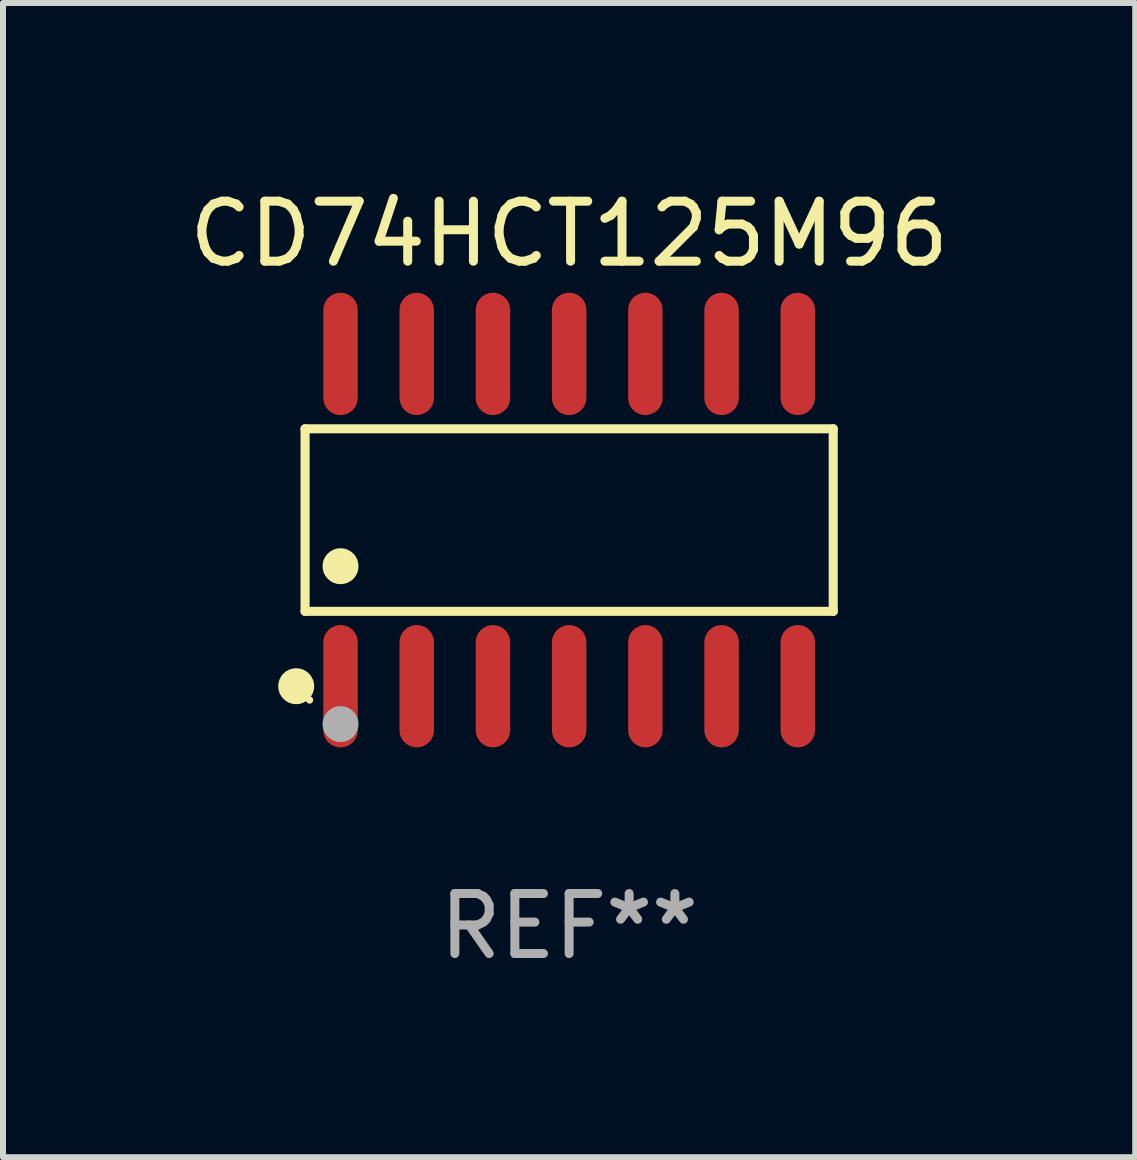
<source format=kicad_pcb>
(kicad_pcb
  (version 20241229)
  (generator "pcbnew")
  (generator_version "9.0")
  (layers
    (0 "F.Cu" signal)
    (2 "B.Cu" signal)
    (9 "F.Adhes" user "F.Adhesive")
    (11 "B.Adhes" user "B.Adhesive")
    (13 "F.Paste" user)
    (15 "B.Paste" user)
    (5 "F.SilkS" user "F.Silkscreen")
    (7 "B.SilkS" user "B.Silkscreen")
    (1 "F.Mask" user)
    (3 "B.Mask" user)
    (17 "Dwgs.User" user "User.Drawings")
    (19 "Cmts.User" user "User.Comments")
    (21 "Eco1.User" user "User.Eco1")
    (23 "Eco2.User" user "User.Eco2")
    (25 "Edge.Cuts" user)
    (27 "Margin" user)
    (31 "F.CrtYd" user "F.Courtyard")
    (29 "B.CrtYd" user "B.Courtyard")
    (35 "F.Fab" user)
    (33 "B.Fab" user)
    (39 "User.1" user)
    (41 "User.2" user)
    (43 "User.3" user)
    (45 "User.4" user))
  (footprint "CD74HCT125M96"
    (layer "F.Cu")
    (at 6.435 5.617)
    (property "Reference" "CD74HCT125M96" (at 0 -4.769 0) (layer "F.SilkS") (effects (font (size 1 1) (thickness 0.15))))
    (attr through_hole)
    (fp_line (start -4.401 -1.521) (end 4.401 -1.521) (stroke (width 0.152) (type solid)) (layer "F.SilkS"))
    (fp_line (start -4.401 1.521) (end -4.401 -1.521) (stroke (width 0.152) (type solid)) (layer "F.SilkS"))
    (fp_line (start 4.401 -1.521) (end 4.401 1.521) (stroke (width 0.152) (type solid)) (layer "F.SilkS"))
    (fp_line (start 4.401 1.521) (end -4.401 1.521) (stroke (width 0.152) (type solid)) (layer "F.SilkS"))
    (fp_circle (center -4.549 2.769) (end -4.399 2.769) (stroke (width 0.3) (type solid)) (fill no) (layer "F.SilkS"))
    (fp_circle (center -4.325 3) (end -4.295 3) (stroke (width 0.06) (type solid)) (fill no) (layer "F.SilkS"))
    (fp_circle (center -3.81 0.769) (end -3.66 0.769) (stroke (width 0.3) (type solid)) (fill no) (layer "F.SilkS"))
    (fp_circle (center -3.81 3.4) (end -3.66 3.4) (stroke (width 0.3) (type solid)) (fill no) (layer "F.Fab"))
    (fp_text user "REF**" (at 0 6.769 0) (layer "F.Fab") (effects (font (size 1 1) (thickness 0.15))))
    (pad "1" smd oval (at -3.81 2.769) (size 0.574 2.038) (layers "F.Cu" "F.Mask" "F.Paste"))
    (pad "2" smd oval (at -2.54 2.769) (size 0.574 2.038) (layers "F.Cu" "F.Mask" "F.Paste"))
    (pad "3" smd oval (at -1.27 2.769) (size 0.574 2.038) (layers "F.Cu" "F.Mask" "F.Paste"))
    (pad "4" smd oval (at 0 2.769) (size 0.574 2.038) (layers "F.Cu" "F.Mask" "F.Paste"))
    (pad "5" smd oval (at 1.27 2.769) (size 0.574 2.038) (layers "F.Cu" "F.Mask" "F.Paste"))
    (pad "6" smd oval (at 2.54 2.769) (size 0.574 2.038) (layers "F.Cu" "F.Mask" "F.Paste"))
    (pad "7" smd oval (at 3.81 2.769) (size 0.574 2.038) (layers "F.Cu" "F.Mask" "F.Paste"))
    (pad "8" smd oval (at 3.81 -2.769) (size 0.574 2.038) (layers "F.Cu" "F.Mask" "F.Paste"))
    (pad "9" smd oval (at 2.54 -2.769) (size 0.574 2.038) (layers "F.Cu" "F.Mask" "F.Paste"))
    (pad "10" smd oval (at 1.27 -2.769) (size 0.574 2.038) (layers "F.Cu" "F.Mask" "F.Paste"))
    (pad "11" smd oval (at 0 -2.769) (size 0.574 2.038) (layers "F.Cu" "F.Mask" "F.Paste"))
    (pad "12" smd oval (at -1.27 -2.769) (size 0.574 2.038) (layers "F.Cu" "F.Mask" "F.Paste"))
    (pad "13" smd oval (at -2.54 -2.769) (size 0.574 2.038) (layers "F.Cu" "F.Mask" "F.Paste"))
    (pad "14" smd oval (at -3.81 -2.769) (size 0.574 2.038) (layers "F.Cu" "F.Mask" "F.Paste")))
  (gr_rect
    (start -3 -3)
    (end 15.869 16.235)
    (stroke (width 0.1) (type default))
    (fill no)
    (layer "Edge.Cuts")))
</source>
